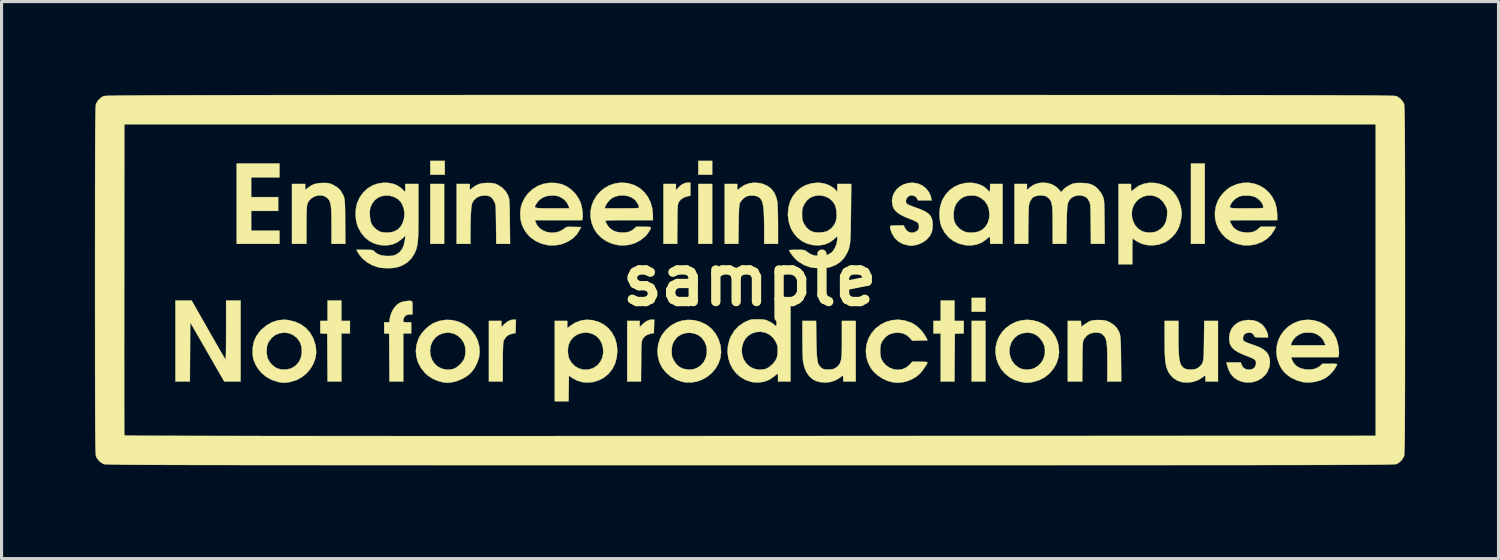
<source format=kicad_pcb>
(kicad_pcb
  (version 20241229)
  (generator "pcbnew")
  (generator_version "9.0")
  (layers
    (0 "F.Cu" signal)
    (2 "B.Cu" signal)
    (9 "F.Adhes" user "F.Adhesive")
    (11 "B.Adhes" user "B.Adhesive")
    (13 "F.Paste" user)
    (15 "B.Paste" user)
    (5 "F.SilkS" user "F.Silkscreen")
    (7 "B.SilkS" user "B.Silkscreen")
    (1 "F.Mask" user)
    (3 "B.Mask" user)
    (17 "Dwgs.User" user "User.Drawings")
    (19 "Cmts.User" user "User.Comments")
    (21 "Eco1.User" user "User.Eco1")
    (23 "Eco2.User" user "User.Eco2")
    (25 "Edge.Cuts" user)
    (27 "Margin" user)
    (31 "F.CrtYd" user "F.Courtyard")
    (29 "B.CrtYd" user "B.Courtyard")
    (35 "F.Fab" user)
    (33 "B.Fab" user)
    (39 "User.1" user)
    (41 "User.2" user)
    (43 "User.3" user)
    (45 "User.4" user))
  (footprint "sample"
    (layer "F.Cu")
    (at 21.045 5.952)
    (property "Reference" "sample" (at 0 0 0) (layer "F.SilkS") (effects (font (size 1.524 1.524) (thickness 0.3))))
    (attr through_hole)
    (fp_poly (pts (xy -9.821 -1.164) (xy -10.266 -1.164) (xy -10.266 -3.09) (xy -9.821 -3.09) (xy -9.821 -1.164)) (stroke (width 0.01) (type solid)) (fill yes) (layer "F.SilkS"))
    (fp_poly (pts (xy -9.8 -3.387) (xy -10.266 -3.387) (xy -10.266 -3.831) (xy -9.8 -3.831) (xy -9.8 -3.387)) (stroke (width 0.01) (type solid)) (fill yes) (layer "F.SilkS"))
    (fp_poly (pts (xy -1.206 -3.387) (xy -1.651 -3.387) (xy -1.651 -3.831) (xy -1.206 -3.831) (xy -1.206 -3.387)) (stroke (width 0.01) (type solid)) (fill yes) (layer "F.SilkS"))
    (fp_poly (pts (xy -1.206 -1.164) (xy -1.651 -1.164) (xy -1.651 -3.09) (xy -1.206 -3.09) (xy -1.206 -1.164)) (stroke (width 0.01) (type solid)) (fill yes) (layer "F.SilkS"))
    (fp_poly (pts (xy 7.578 1.016) (xy 7.133 1.016) (xy 7.133 0.572) (xy 7.578 0.572) (xy 7.578 1.016)) (stroke (width 0.01) (type solid)) (fill yes) (layer "F.SilkS"))
    (fp_poly (pts (xy 7.578 3.26) (xy 7.133 3.26) (xy 7.133 1.312) (xy 7.578 1.312) (xy 7.578 3.26)) (stroke (width 0.01) (type solid)) (fill yes) (layer "F.SilkS"))
    (fp_poly (pts (xy 14.626 -1.164) (xy 14.182 -1.164) (xy 14.182 -3.747) (xy 14.626 -3.747) (xy 14.626 -1.164)) (stroke (width 0.01) (type solid)) (fill yes) (layer "F.SilkS"))
    (fp_poly (pts (xy -15.113 -3.302) (xy -16.023 -3.302) (xy -16.023 -2.667) (xy -15.155 -2.667) (xy -15.155 -2.223) (xy -16.023 -2.223) (xy -16.023 -1.587) (xy -15.113 -1.587) (xy -15.113 -1.164) (xy -16.489 -1.164) (xy -16.489 -3.747) (xy -15.113 -3.747) (xy -15.113 -3.302)) (stroke (width 0.01) (type solid)) (fill yes) (layer "F.SilkS"))
    (fp_poly (pts (xy 6.583 1.312) (xy 6.879 1.312) (xy 6.879 1.713) (xy 6.736 1.719) (xy 6.593 1.725) (xy 6.582 3.26) (xy 6.138 3.26) (xy 6.138 1.714) (xy 5.905 1.714) (xy 5.905 1.312) (xy 6.138 1.312) (xy 6.138 0.656) (xy 6.583 0.656) (xy 6.583 1.312)) (stroke (width 0.01) (type solid)) (fill yes) (layer "F.SilkS"))
    (fp_poly (pts (xy -13.123 1.312) (xy -12.848 1.312) (xy -12.848 1.714) (xy -13.123 1.714) (xy -13.123 3.26) (xy -13.567 3.26) (xy -13.573 2.492) (xy -13.578 1.725) (xy -13.69 1.719) (xy -13.801 1.712) (xy -13.801 1.312) (xy -13.568 1.312) (xy -13.568 0.656) (xy -13.123 0.656) (xy -13.123 1.312)) (stroke (width 0.01) (type solid)) (fill yes) (layer "F.SilkS"))
    (fp_poly (pts (xy -7.525 1.703) (xy -7.617 1.719) (xy -7.737 1.756) (xy -7.828 1.823) (xy -7.895 1.923) (xy -7.909 1.957) (xy -7.918 2.001) (xy -7.925 2.082) (xy -7.93 2.204) (xy -7.934 2.365) (xy -7.936 2.567) (xy -7.936 2.641) (xy -7.938 3.26) (xy -8.382 3.26) (xy -8.382 1.312) (xy -7.98 1.312) (xy -7.98 1.512) (xy -7.882 1.412) (xy -7.778 1.327) (xy -7.669 1.281) (xy -7.572 1.27) (xy -7.513 1.27) (xy -7.525 1.703)) (stroke (width 0.01) (type solid)) (fill yes) (layer "F.SilkS"))
    (fp_poly (pts (xy -3.08 1.703) (xy -3.171 1.718) (xy -3.291 1.756) (xy -3.385 1.821) (xy -3.443 1.9) (xy -3.454 1.926) (xy -3.463 1.958) (xy -3.47 2) (xy -3.476 2.057) (xy -3.48 2.135) (xy -3.483 2.238) (xy -3.485 2.371) (xy -3.487 2.539) (xy -3.488 2.619) (xy -3.494 3.26) (xy -3.937 3.26) (xy -3.937 1.312) (xy -3.535 1.312) (xy -3.535 1.51) (xy -3.438 1.412) (xy -3.332 1.326) (xy -3.22 1.28) (xy -3.127 1.27) (xy -3.068 1.27) (xy -3.08 1.703)) (stroke (width 0.01) (type solid)) (fill yes) (layer "F.SilkS"))
    (fp_poly (pts (xy -1.905 -2.711) (xy -1.984 -2.697) (xy -2.11 -2.658) (xy -2.211 -2.592) (xy -2.268 -2.525) (xy -2.282 -2.501) (xy -2.293 -2.477) (xy -2.302 -2.447) (xy -2.309 -2.407) (xy -2.313 -2.352) (xy -2.317 -2.276) (xy -2.32 -2.174) (xy -2.322 -2.042) (xy -2.323 -1.875) (xy -2.324 -1.804) (xy -2.331 -1.164) (xy -2.773 -1.164) (xy -2.773 -3.09) (xy -2.371 -3.09) (xy -2.371 -2.889) (xy -2.288 -2.979) (xy -2.182 -3.071) (xy -2.067 -3.122) (xy -1.98 -3.133) (xy -1.905 -3.133) (xy -1.905 -2.711)) (stroke (width 0.01) (type solid)) (fill yes) (layer "F.SilkS"))
    (fp_poly (pts (xy -17.4 1.598) (xy -17.296 1.781) (xy -17.198 1.953) (xy -17.108 2.11) (xy -17.028 2.248) (xy -16.959 2.365) (xy -16.906 2.457) (xy -16.868 2.519) (xy -16.848 2.55) (xy -16.846 2.552) (xy -16.842 2.534) (xy -16.838 2.478) (xy -16.835 2.386) (xy -16.832 2.263) (xy -16.83 2.113) (xy -16.829 1.94) (xy -16.828 1.746) (xy -16.828 1.61) (xy -16.828 0.656) (xy -16.362 0.656) (xy -16.362 3.26) (xy -16.887 3.26) (xy -17.981 1.359) (xy -17.987 2.31) (xy -17.992 3.26) (xy -18.457 3.26) (xy -18.457 0.656) (xy -17.936 0.656) (xy -17.4 1.598)) (stroke (width 0.01) (type solid)) (fill yes) (layer "F.SilkS"))
    (fp_poly (pts (xy -10.887 0.67) (xy -10.864 0.677) (xy -10.85 0.693) (xy -10.842 0.724) (xy -10.838 0.778) (xy -10.837 0.865) (xy -10.837 0.891) (xy -10.837 1.101) (xy -10.91 1.101) (xy -11.011 1.116) (xy -11.083 1.162) (xy -11.124 1.234) (xy -11.134 1.303) (xy -11.131 1.332) (xy -11.116 1.347) (xy -11.079 1.353) (xy -11.009 1.355) (xy -11.007 1.355) (xy -10.88 1.355) (xy -10.88 1.714) (xy -11.134 1.714) (xy -11.134 3.26) (xy -11.578 3.26) (xy -11.589 1.725) (xy -11.668 1.719) (xy -11.748 1.712) (xy -11.748 1.355) (xy -11.583 1.355) (xy -11.569 1.241) (xy -11.537 1.106) (xy -11.481 0.977) (xy -11.405 0.863) (xy -11.317 0.773) (xy -11.221 0.717) (xy -11.151 0.696) (xy -11.065 0.679) (xy -10.98 0.668) (xy -10.911 0.666) (xy -10.887 0.67)) (stroke (width 0.01) (type solid)) (fill yes) (layer "F.SilkS"))
    (fp_poly (pts (xy 0.324 -3.116) (xy 0.418 -3.093) (xy 0.572 -3.027) (xy 0.698 -2.929) (xy 0.794 -2.801) (xy 0.86 -2.643) (xy 0.888 -2.519) (xy 0.894 -2.461) (xy 0.899 -2.369) (xy 0.903 -2.248) (xy 0.907 -2.105) (xy 0.909 -1.949) (xy 0.91 -1.785) (xy 0.91 -1.773) (xy 0.91 -1.164) (xy 0.466 -1.164) (xy 0.465 -1.667) (xy 0.463 -1.895) (xy 0.458 -2.085) (xy 0.45 -2.24) (xy 0.436 -2.366) (xy 0.417 -2.465) (xy 0.392 -2.541) (xy 0.36 -2.6) (xy 0.32 -2.644) (xy 0.275 -2.676) (xy 0.197 -2.704) (xy 0.097 -2.717) (xy -0.006 -2.713) (xy -0.094 -2.693) (xy -0.116 -2.683) (xy -0.204 -2.621) (xy -0.279 -2.537) (xy -0.321 -2.466) (xy -0.33 -2.428) (xy -0.337 -2.361) (xy -0.344 -2.261) (xy -0.349 -2.125) (xy -0.353 -1.952) (xy -0.355 -1.783) (xy -0.363 -1.164) (xy -0.804 -1.164) (xy -0.804 -3.09) (xy -0.402 -3.09) (xy -0.402 -2.995) (xy -0.4 -2.938) (xy -0.393 -2.904) (xy -0.389 -2.9) (xy -0.367 -2.913) (xy -0.325 -2.945) (xy -0.3 -2.966) (xy -0.169 -3.055) (xy -0.016 -3.11) (xy 0.151 -3.131) (xy 0.324 -3.116)) (stroke (width 0.01) (type solid)) (fill yes) (layer "F.SilkS"))
    (fp_poly (pts (xy -13.617 -3.121) (xy -13.545 -3.115) (xy -13.487 -3.102) (xy -13.426 -3.078) (xy -13.373 -3.053) (xy -13.244 -2.973) (xy -13.146 -2.873) (xy -13.07 -2.744) (xy -13.052 -2.703) (xy -13.04 -2.671) (xy -13.03 -2.638) (xy -13.022 -2.599) (xy -13.016 -2.548) (xy -13.012 -2.482) (xy -13.008 -2.395) (xy -13.005 -2.283) (xy -13.003 -2.139) (xy -13.001 -1.961) (xy -13.001 -1.879) (xy -12.994 -1.164) (xy -13.441 -1.164) (xy -13.441 -1.742) (xy -13.442 -1.948) (xy -13.444 -2.117) (xy -13.45 -2.253) (xy -13.459 -2.361) (xy -13.472 -2.446) (xy -13.49 -2.511) (xy -13.514 -2.563) (xy -13.544 -2.605) (xy -13.575 -2.638) (xy -13.667 -2.697) (xy -13.773 -2.723) (xy -13.884 -2.718) (xy -13.993 -2.685) (xy -14.091 -2.626) (xy -14.169 -2.544) (xy -14.219 -2.442) (xy -14.228 -2.391) (xy -14.235 -2.305) (xy -14.241 -2.182) (xy -14.244 -2.021) (xy -14.245 -1.82) (xy -14.245 -1.76) (xy -14.245 -1.164) (xy -14.711 -1.164) (xy -14.711 -3.09) (xy -14.287 -3.09) (xy -14.287 -2.896) (xy -14.205 -2.962) (xy -14.096 -3.038) (xy -13.992 -3.086) (xy -13.876 -3.113) (xy -13.736 -3.122) (xy -13.716 -3.122) (xy -13.617 -3.121)) (stroke (width 0.01) (type solid)) (fill yes) (layer "F.SilkS"))
    (fp_poly (pts (xy 13.78 1.836) (xy 13.781 2.052) (xy 13.785 2.23) (xy 13.792 2.374) (xy 13.802 2.491) (xy 13.817 2.583) (xy 13.835 2.656) (xy 13.859 2.715) (xy 13.868 2.733) (xy 13.926 2.808) (xy 14.002 2.854) (xy 14.104 2.875) (xy 14.204 2.875) (xy 14.29 2.867) (xy 14.35 2.852) (xy 14.401 2.824) (xy 14.429 2.803) (xy 14.473 2.766) (xy 14.509 2.731) (xy 14.536 2.693) (xy 14.558 2.646) (xy 14.573 2.586) (xy 14.584 2.507) (xy 14.591 2.405) (xy 14.596 2.275) (xy 14.599 2.112) (xy 14.601 1.942) (xy 14.608 1.312) (xy 15.05 1.312) (xy 15.05 3.26) (xy 14.647 3.26) (xy 14.647 3.164) (xy 14.645 3.108) (xy 14.639 3.074) (xy 14.636 3.069) (xy 14.613 3.081) (xy 14.571 3.112) (xy 14.546 3.132) (xy 14.406 3.217) (xy 14.245 3.272) (xy 14.073 3.294) (xy 13.905 3.282) (xy 13.749 3.233) (xy 13.615 3.149) (xy 13.506 3.031) (xy 13.448 2.935) (xy 13.418 2.868) (xy 13.393 2.795) (xy 13.374 2.711) (xy 13.359 2.611) (xy 13.349 2.49) (xy 13.341 2.343) (xy 13.337 2.164) (xy 13.336 1.949) (xy 13.336 1.91) (xy 13.335 1.312) (xy 13.78 1.312) (xy 13.78 1.836)) (stroke (width 0.01) (type solid)) (fill yes) (layer "F.SilkS"))
    (fp_poly (pts (xy 2.143 1.921) (xy 2.147 2.124) (xy 2.152 2.29) (xy 2.159 2.423) (xy 2.169 2.529) (xy 2.182 2.611) (xy 2.199 2.674) (xy 2.221 2.724) (xy 2.249 2.765) (xy 2.284 2.803) (xy 2.286 2.804) (xy 2.33 2.84) (xy 2.378 2.861) (xy 2.446 2.872) (xy 2.485 2.875) (xy 2.613 2.873) (xy 2.714 2.849) (xy 2.798 2.797) (xy 2.843 2.753) (xy 2.876 2.713) (xy 2.902 2.67) (xy 2.922 2.618) (xy 2.938 2.554) (xy 2.949 2.471) (xy 2.956 2.365) (xy 2.961 2.23) (xy 2.963 2.063) (xy 2.963 1.883) (xy 2.963 1.312) (xy 3.408 1.312) (xy 3.408 3.26) (xy 3.006 3.26) (xy 3.006 3.164) (xy 3.003 3.108) (xy 2.997 3.074) (xy 2.994 3.069) (xy 2.972 3.081) (xy 2.929 3.112) (xy 2.904 3.132) (xy 2.762 3.219) (xy 2.6 3.274) (xy 2.429 3.294) (xy 2.256 3.277) (xy 2.244 3.274) (xy 2.126 3.239) (xy 2.033 3.192) (xy 1.95 3.124) (xy 1.912 3.085) (xy 1.826 2.963) (xy 1.76 2.808) (xy 1.717 2.625) (xy 1.715 2.607) (xy 1.709 2.548) (xy 1.704 2.453) (xy 1.7 2.331) (xy 1.697 2.189) (xy 1.694 2.034) (xy 1.694 1.889) (xy 1.693 1.312) (xy 2.133 1.312) (xy 2.143 1.921)) (stroke (width 0.01) (type solid)) (fill yes) (layer "F.SilkS"))
    (fp_poly (pts (xy -8.321 -3.12) (xy -8.246 -3.113) (xy -8.183 -3.098) (xy -8.12 -3.073) (xy -8.104 -3.066) (xy -7.965 -2.979) (xy -7.851 -2.864) (xy -7.77 -2.727) (xy -7.764 -2.713) (xy -7.751 -2.679) (xy -7.741 -2.645) (xy -7.732 -2.607) (xy -7.726 -2.559) (xy -7.721 -2.496) (xy -7.717 -2.415) (xy -7.714 -2.308) (xy -7.712 -2.173) (xy -7.71 -2.003) (xy -7.709 -1.879) (xy -7.702 -1.164) (xy -8.146 -1.164) (xy -8.153 -1.794) (xy -8.155 -1.974) (xy -8.157 -2.117) (xy -8.159 -2.227) (xy -8.163 -2.312) (xy -8.167 -2.375) (xy -8.174 -2.421) (xy -8.182 -2.457) (xy -8.193 -2.488) (xy -8.207 -2.517) (xy -8.213 -2.528) (xy -8.27 -2.622) (xy -8.333 -2.68) (xy -8.414 -2.71) (xy -8.514 -2.718) (xy -8.651 -2.704) (xy -8.762 -2.657) (xy -8.854 -2.576) (xy -8.877 -2.546) (xy -8.904 -2.502) (xy -8.924 -2.458) (xy -8.937 -2.402) (xy -8.947 -2.324) (xy -8.955 -2.23) (xy -8.961 -2.133) (xy -8.966 -2.005) (xy -8.97 -1.859) (xy -8.973 -1.706) (xy -8.974 -1.582) (xy -8.975 -1.164) (xy -9.419 -1.164) (xy -9.419 -3.09) (xy -8.996 -3.09) (xy -8.996 -2.896) (xy -8.913 -2.962) (xy -8.805 -3.038) (xy -8.7 -3.087) (xy -8.584 -3.113) (xy -8.444 -3.122) (xy -8.424 -3.122) (xy -8.321 -3.12)) (stroke (width 0.01) (type solid)) (fill yes) (layer "F.SilkS"))
    (fp_poly (pts (xy -5.057 1.287) (xy -4.862 1.34) (xy -4.69 1.428) (xy -4.542 1.547) (xy -4.422 1.693) (xy -4.332 1.863) (xy -4.275 2.054) (xy -4.255 2.262) (xy -4.255 2.274) (xy -4.274 2.492) (xy -4.329 2.69) (xy -4.421 2.868) (xy -4.544 3.019) (xy -4.689 3.137) (xy -4.853 3.223) (xy -5.028 3.276) (xy -5.208 3.294) (xy -5.387 3.278) (xy -5.557 3.226) (xy -5.707 3.142) (xy -5.81 3.069) (xy -5.816 3.482) (xy -5.822 3.895) (xy -6.265 3.895) (xy -6.265 2.31) (xy -5.845 2.31) (xy -5.829 2.44) (xy -5.8 2.533) (xy -5.722 2.663) (xy -5.617 2.766) (xy -5.492 2.837) (xy -5.355 2.876) (xy -5.211 2.879) (xy -5.067 2.844) (xy -5.015 2.82) (xy -4.893 2.736) (xy -4.8 2.626) (xy -4.738 2.494) (xy -4.708 2.349) (xy -4.712 2.195) (xy -4.753 2.04) (xy -4.764 2.013) (xy -4.837 1.89) (xy -4.934 1.796) (xy -5.049 1.731) (xy -5.175 1.695) (xy -5.307 1.689) (xy -5.437 1.71) (xy -5.559 1.76) (xy -5.668 1.837) (xy -5.756 1.943) (xy -5.812 2.057) (xy -5.839 2.176) (xy -5.845 2.31) (xy -6.265 2.31) (xy -6.265 1.312) (xy -5.863 1.312) (xy -5.863 1.548) (xy -5.773 1.475) (xy -5.609 1.368) (xy -5.432 1.301) (xy -5.244 1.274) (xy -5.057 1.287)) (stroke (width 0.01) (type solid)) (fill yes) (layer "F.SilkS"))
    (fp_poly (pts (xy 11.356 1.289) (xy 11.445 1.303) (xy 11.463 1.308) (xy 11.576 1.356) (xy 11.685 1.428) (xy 11.775 1.512) (xy 11.8 1.544) (xy 11.832 1.592) (xy 11.858 1.636) (xy 11.879 1.682) (xy 11.896 1.734) (xy 11.908 1.797) (xy 11.917 1.876) (xy 11.923 1.976) (xy 11.928 2.101) (xy 11.931 2.257) (xy 11.933 2.449) (xy 11.934 2.535) (xy 11.941 3.26) (xy 11.493 3.26) (xy 11.493 2.671) (xy 11.493 2.464) (xy 11.49 2.294) (xy 11.485 2.157) (xy 11.476 2.049) (xy 11.463 1.963) (xy 11.446 1.897) (xy 11.423 1.845) (xy 11.393 1.802) (xy 11.357 1.763) (xy 11.356 1.762) (xy 11.305 1.722) (xy 11.25 1.699) (xy 11.18 1.689) (xy 11.082 1.69) (xy 11.049 1.692) (xy 10.939 1.719) (xy 10.839 1.781) (xy 10.761 1.87) (xy 10.753 1.884) (xy 10.738 1.912) (xy 10.726 1.938) (xy 10.717 1.969) (xy 10.71 2.009) (xy 10.705 2.063) (xy 10.701 2.136) (xy 10.698 2.234) (xy 10.696 2.361) (xy 10.694 2.523) (xy 10.693 2.619) (xy 10.687 3.26) (xy 10.223 3.26) (xy 10.223 1.312) (xy 10.645 1.312) (xy 10.651 1.408) (xy 10.657 1.504) (xy 10.768 1.42) (xy 10.841 1.371) (xy 10.914 1.329) (xy 10.959 1.309) (xy 11.034 1.293) (xy 11.135 1.284) (xy 11.247 1.283) (xy 11.356 1.289)) (stroke (width 0.01) (type solid)) (fill yes) (layer "F.SilkS"))
    (fp_poly (pts (xy -1.795 1.287) (xy -1.601 1.335) (xy -1.413 1.422) (xy -1.36 1.455) (xy -1.216 1.574) (xy -1.095 1.724) (xy -1.002 1.898) (xy -0.941 2.089) (xy -0.931 2.143) (xy -0.919 2.331) (xy -0.945 2.513) (xy -1.006 2.684) (xy -1.097 2.842) (xy -1.215 2.981) (xy -1.355 3.1) (xy -1.513 3.193) (xy -1.686 3.258) (xy -1.869 3.29) (xy -2.059 3.287) (xy -2.158 3.27) (xy -2.353 3.206) (xy -2.532 3.105) (xy -2.688 2.974) (xy -2.814 2.816) (xy -2.815 2.815) (xy -2.9 2.646) (xy -2.949 2.461) (xy -2.963 2.277) (xy -2.508 2.277) (xy -2.506 2.371) (xy -2.497 2.44) (xy -2.477 2.502) (xy -2.445 2.571) (xy -2.359 2.701) (xy -2.252 2.795) (xy -2.122 2.853) (xy -1.968 2.877) (xy -1.937 2.878) (xy -1.811 2.866) (xy -1.703 2.828) (xy -1.581 2.75) (xy -1.486 2.645) (xy -1.42 2.521) (xy -1.383 2.385) (xy -1.376 2.242) (xy -1.4 2.101) (xy -1.456 1.968) (xy -1.546 1.851) (xy -1.559 1.837) (xy -1.67 1.758) (xy -1.799 1.71) (xy -1.937 1.693) (xy -2.074 1.705) (xy -2.203 1.748) (xy -2.314 1.82) (xy -2.36 1.867) (xy -2.436 1.97) (xy -2.482 2.07) (xy -2.504 2.183) (xy -2.508 2.277) (xy -2.963 2.277) (xy -2.964 2.269) (xy -2.943 2.078) (xy -2.888 1.896) (xy -2.817 1.759) (xy -2.688 1.596) (xy -2.536 1.464) (xy -2.366 1.367) (xy -2.183 1.304) (xy -1.991 1.278) (xy -1.795 1.287)) (stroke (width 0.01) (type solid)) (fill yes) (layer "F.SilkS"))
    (fp_poly (pts (xy 9.1 1.292) (xy 9.275 1.339) (xy 9.44 1.416) (xy 9.589 1.521) (xy 9.718 1.653) (xy 9.822 1.811) (xy 9.898 1.992) (xy 9.931 2.133) (xy 9.943 2.325) (xy 9.916 2.513) (xy 9.854 2.69) (xy 9.759 2.854) (xy 9.636 2.998) (xy 9.488 3.119) (xy 9.317 3.211) (xy 9.129 3.27) (xy 9.081 3.279) (xy 8.981 3.294) (xy 8.903 3.299) (xy 8.831 3.294) (xy 8.743 3.278) (xy 8.708 3.271) (xy 8.515 3.209) (xy 8.346 3.118) (xy 8.201 3) (xy 8.083 2.861) (xy 7.993 2.705) (xy 7.932 2.537) (xy 7.901 2.361) (xy 7.901 2.324) (xy 8.347 2.324) (xy 8.375 2.469) (xy 8.435 2.603) (xy 8.525 2.718) (xy 8.642 2.809) (xy 8.729 2.851) (xy 8.838 2.874) (xy 8.963 2.875) (xy 9.086 2.853) (xy 9.155 2.828) (xy 9.281 2.747) (xy 9.379 2.64) (xy 9.447 2.515) (xy 9.484 2.378) (xy 9.49 2.236) (xy 9.462 2.095) (xy 9.401 1.963) (xy 9.305 1.846) (xy 9.299 1.84) (xy 9.196 1.759) (xy 9.093 1.712) (xy 8.974 1.691) (xy 8.918 1.689) (xy 8.764 1.708) (xy 8.627 1.764) (xy 8.512 1.855) (xy 8.422 1.979) (xy 8.4 2.025) (xy 8.355 2.174) (xy 8.347 2.324) (xy 7.901 2.324) (xy 7.902 2.182) (xy 7.936 2.005) (xy 8.004 1.834) (xy 8.108 1.673) (xy 8.216 1.556) (xy 8.379 1.431) (xy 8.553 1.344) (xy 8.734 1.293) (xy 8.918 1.276) (xy 9.1 1.292)) (stroke (width 0.01) (type solid)) (fill yes) (layer "F.SilkS"))
    (fp_poly (pts (xy 4.974 1.297) (xy 5.17 1.361) (xy 5.254 1.401) (xy 5.369 1.479) (xy 5.483 1.584) (xy 5.585 1.703) (xy 5.66 1.824) (xy 5.716 1.937) (xy 5.47 1.943) (xy 5.224 1.949) (xy 5.142 1.855) (xy 5.037 1.764) (xy 4.915 1.709) (xy 4.771 1.69) (xy 4.764 1.689) (xy 4.604 1.704) (xy 4.468 1.754) (xy 4.355 1.84) (xy 4.262 1.961) (xy 4.261 1.963) (xy 4.23 2.023) (xy 4.211 2.084) (xy 4.2 2.162) (xy 4.195 2.243) (xy 4.198 2.396) (xy 4.226 2.521) (xy 4.283 2.629) (xy 4.372 2.728) (xy 4.382 2.738) (xy 4.503 2.821) (xy 4.636 2.869) (xy 4.773 2.883) (xy 4.909 2.862) (xy 5.033 2.807) (xy 5.141 2.719) (xy 5.151 2.707) (xy 5.222 2.625) (xy 5.468 2.625) (xy 5.565 2.626) (xy 5.644 2.63) (xy 5.696 2.635) (xy 5.715 2.642) (xy 5.703 2.677) (xy 5.67 2.736) (xy 5.623 2.809) (xy 5.569 2.885) (xy 5.514 2.957) (xy 5.465 3.012) (xy 5.351 3.107) (xy 5.209 3.189) (xy 5.057 3.25) (xy 4.932 3.28) (xy 4.835 3.294) (xy 4.759 3.298) (xy 4.683 3.294) (xy 4.589 3.281) (xy 4.573 3.278) (xy 4.416 3.234) (xy 4.256 3.157) (xy 4.106 3.056) (xy 3.977 2.936) (xy 3.89 2.824) (xy 3.799 2.642) (xy 3.747 2.452) (xy 3.733 2.258) (xy 3.756 2.065) (xy 3.816 1.881) (xy 3.912 1.71) (xy 4.041 1.559) (xy 4.204 1.432) (xy 4.384 1.341) (xy 4.575 1.288) (xy 4.773 1.273) (xy 4.974 1.297)) (stroke (width 0.01) (type solid)) (fill yes) (layer "F.SilkS"))
    (fp_poly (pts (xy -14.824 1.285) (xy -14.61 1.338) (xy -14.422 1.424) (xy -14.262 1.541) (xy -14.131 1.689) (xy -14.03 1.865) (xy -13.961 2.068) (xy -13.943 2.157) (xy -13.933 2.34) (xy -13.961 2.52) (xy -14.025 2.693) (xy -14.119 2.852) (xy -14.241 2.995) (xy -14.387 3.115) (xy -14.553 3.207) (xy -14.736 3.268) (xy -14.796 3.279) (xy -14.895 3.294) (xy -14.972 3.299) (xy -15.045 3.294) (xy -15.133 3.278) (xy -15.169 3.27) (xy -15.364 3.207) (xy -15.542 3.107) (xy -15.697 2.976) (xy -15.824 2.816) (xy -15.888 2.702) (xy -15.931 2.602) (xy -15.957 2.516) (xy -15.971 2.421) (xy -15.975 2.365) (xy -15.973 2.235) (xy -15.526 2.235) (xy -15.523 2.361) (xy -15.503 2.479) (xy -15.48 2.543) (xy -15.418 2.645) (xy -15.333 2.738) (xy -15.237 2.811) (xy -15.17 2.844) (xy -15.037 2.873) (xy -14.896 2.874) (xy -14.764 2.846) (xy -14.721 2.829) (xy -14.591 2.747) (xy -14.493 2.637) (xy -14.427 2.503) (xy -14.396 2.346) (xy -14.394 2.286) (xy -14.409 2.127) (xy -14.457 1.992) (xy -14.539 1.877) (xy -14.58 1.837) (xy -14.692 1.754) (xy -14.809 1.707) (xy -14.945 1.69) (xy -14.96 1.69) (xy -15.113 1.708) (xy -15.248 1.764) (xy -15.365 1.858) (xy -15.461 1.988) (xy -15.478 2.019) (xy -15.511 2.115) (xy -15.526 2.235) (xy -15.973 2.235) (xy -15.972 2.16) (xy -15.935 1.977) (xy -15.862 1.81) (xy -15.75 1.654) (xy -15.686 1.586) (xy -15.525 1.451) (xy -15.348 1.353) (xy -15.161 1.293) (xy -14.968 1.273) (xy -14.824 1.285)) (stroke (width 0.01) (type solid)) (fill yes) (layer "F.SilkS"))
    (fp_poly (pts (xy -9.582 1.284) (xy -9.4 1.323) (xy -9.229 1.394) (xy -9.074 1.493) (xy -8.939 1.618) (xy -8.827 1.767) (xy -8.744 1.936) (xy -8.693 2.124) (xy -8.678 2.299) (xy -8.697 2.47) (xy -8.751 2.644) (xy -8.833 2.81) (xy -8.94 2.956) (xy -9.019 3.034) (xy -9.135 3.117) (xy -9.274 3.191) (xy -9.42 3.249) (xy -9.546 3.28) (xy -9.633 3.293) (xy -9.699 3.298) (xy -9.76 3.296) (xy -9.837 3.286) (xy -9.885 3.278) (xy -10.032 3.238) (xy -10.184 3.171) (xy -10.324 3.083) (xy -10.421 3.001) (xy -10.555 2.839) (xy -10.652 2.663) (xy -10.71 2.475) (xy -10.73 2.282) (xy -10.729 2.275) (xy -10.274 2.275) (xy -10.255 2.434) (xy -10.203 2.575) (xy -10.122 2.693) (xy -10.015 2.785) (xy -9.89 2.848) (xy -9.749 2.878) (xy -9.598 2.872) (xy -9.52 2.854) (xy -9.434 2.812) (xy -9.344 2.743) (xy -9.26 2.658) (xy -9.196 2.567) (xy -9.185 2.546) (xy -9.146 2.425) (xy -9.133 2.287) (xy -9.145 2.15) (xy -9.182 2.029) (xy -9.185 2.024) (xy -9.272 1.888) (xy -9.383 1.786) (xy -9.514 1.719) (xy -9.664 1.689) (xy -9.705 1.688) (xy -9.856 1.708) (xy -9.99 1.763) (xy -10.103 1.85) (xy -10.191 1.964) (xy -10.249 2.1) (xy -10.273 2.255) (xy -10.274 2.275) (xy -10.729 2.275) (xy -10.709 2.087) (xy -10.649 1.894) (xy -10.609 1.811) (xy -10.534 1.699) (xy -10.432 1.585) (xy -10.315 1.481) (xy -10.195 1.4) (xy -10.155 1.378) (xy -9.964 1.309) (xy -9.771 1.278) (xy -9.582 1.284)) (stroke (width 0.01) (type solid)) (fill yes) (layer "F.SilkS"))
    (fp_poly (pts (xy 13.016 -3.123) (xy 13.19 -3.089) (xy 13.357 -3.024) (xy 13.509 -2.929) (xy 13.598 -2.849) (xy 13.707 -2.711) (xy 13.793 -2.546) (xy 13.853 -2.367) (xy 13.883 -2.185) (xy 13.885 -2.127) (xy 13.874 -2.009) (xy 13.847 -1.873) (xy 13.807 -1.738) (xy 13.765 -1.637) (xy 13.685 -1.507) (xy 13.576 -1.384) (xy 13.45 -1.278) (xy 13.331 -1.206) (xy 13.153 -1.144) (xy 12.968 -1.117) (xy 12.784 -1.124) (xy 12.609 -1.165) (xy 12.45 -1.24) (xy 12.39 -1.281) (xy 12.345 -1.314) (xy 12.314 -1.332) (xy 12.31 -1.333) (xy 12.306 -1.313) (xy 12.303 -1.257) (xy 12.3 -1.172) (xy 12.299 -1.063) (xy 12.298 -0.938) (xy 12.298 -0.921) (xy 12.298 -0.508) (xy 11.853 -0.508) (xy 11.853 -2.14) (xy 12.279 -2.14) (xy 12.291 -1.999) (xy 12.333 -1.865) (xy 12.401 -1.744) (xy 12.495 -1.644) (xy 12.613 -1.571) (xy 12.646 -1.558) (xy 12.764 -1.532) (xy 12.893 -1.528) (xy 13.015 -1.545) (xy 13.081 -1.568) (xy 13.212 -1.646) (xy 13.31 -1.747) (xy 13.375 -1.873) (xy 13.41 -2.027) (xy 13.415 -2.091) (xy 13.419 -2.181) (xy 13.416 -2.245) (xy 13.403 -2.3) (xy 13.377 -2.362) (xy 13.357 -2.404) (xy 13.273 -2.532) (xy 13.166 -2.628) (xy 13.043 -2.692) (xy 12.909 -2.722) (xy 12.771 -2.718) (xy 12.635 -2.679) (xy 12.508 -2.604) (xy 12.428 -2.53) (xy 12.345 -2.412) (xy 12.296 -2.28) (xy 12.279 -2.14) (xy 11.853 -2.14) (xy 11.853 -3.09) (xy 12.255 -3.09) (xy 12.255 -2.974) (xy 12.258 -2.91) (xy 12.263 -2.868) (xy 12.268 -2.857) (xy 12.29 -2.87) (xy 12.332 -2.904) (xy 12.376 -2.941) (xy 12.514 -3.036) (xy 12.671 -3.097) (xy 12.841 -3.126) (xy 13.016 -3.123)) (stroke (width 0.01) (type solid)) (fill yes) (layer "F.SilkS"))
    (fp_poly (pts (xy 7.287 -3.103) (xy 7.424 -3.057) (xy 7.543 -2.993) (xy 7.631 -2.915) (xy 7.636 -2.909) (xy 7.675 -2.865) (xy 7.704 -2.839) (xy 7.71 -2.836) (xy 7.718 -2.856) (xy 7.724 -2.906) (xy 7.726 -2.963) (xy 7.726 -3.09) (xy 8.128 -3.09) (xy 8.128 -1.164) (xy 7.726 -1.164) (xy 7.726 -1.281) (xy 7.724 -1.344) (xy 7.718 -1.387) (xy 7.713 -1.397) (xy 7.692 -1.384) (xy 7.649 -1.35) (xy 7.596 -1.303) (xy 7.458 -1.207) (xy 7.298 -1.143) (xy 7.122 -1.114) (xy 6.937 -1.121) (xy 6.93 -1.122) (xy 6.729 -1.171) (xy 6.55 -1.255) (xy 6.396 -1.373) (xy 6.269 -1.522) (xy 6.171 -1.701) (xy 6.157 -1.736) (xy 6.121 -1.866) (xy 6.102 -2.019) (xy 6.101 -2.117) (xy 6.553 -2.117) (xy 6.556 -2.025) (xy 6.566 -1.939) (xy 6.58 -1.876) (xy 6.64 -1.764) (xy 6.731 -1.664) (xy 6.844 -1.585) (xy 6.943 -1.544) (xy 7.027 -1.529) (xy 7.133 -1.527) (xy 7.244 -1.535) (xy 7.34 -1.554) (xy 7.356 -1.559) (xy 7.48 -1.623) (xy 7.58 -1.718) (xy 7.652 -1.84) (xy 7.695 -1.985) (xy 7.705 -2.105) (xy 7.687 -2.275) (xy 7.637 -2.421) (xy 7.553 -2.541) (xy 7.436 -2.635) (xy 7.398 -2.656) (xy 7.321 -2.692) (xy 7.252 -2.711) (xy 7.171 -2.717) (xy 7.125 -2.718) (xy 6.993 -2.708) (xy 6.886 -2.676) (xy 6.789 -2.618) (xy 6.736 -2.574) (xy 6.641 -2.461) (xy 6.581 -2.324) (xy 6.554 -2.162) (xy 6.553 -2.117) (xy 6.101 -2.117) (xy 6.1 -2.181) (xy 6.116 -2.333) (xy 6.127 -2.389) (xy 6.194 -2.581) (xy 6.295 -2.748) (xy 6.423 -2.889) (xy 6.577 -3) (xy 6.752 -3.078) (xy 6.943 -3.121) (xy 7.141 -3.127) (xy 7.287 -3.103)) (stroke (width 0.01) (type solid)) (fill yes) (layer "F.SilkS"))
    (fp_poly (pts (xy 18.159 1.299) (xy 18.341 1.358) (xy 18.507 1.45) (xy 18.651 1.572) (xy 18.77 1.72) (xy 18.857 1.892) (xy 18.858 1.896) (xy 18.89 1.999) (xy 18.915 2.114) (xy 18.933 2.23) (xy 18.94 2.332) (xy 18.935 2.402) (xy 18.921 2.477) (xy 17.403 2.477) (xy 17.425 2.55) (xy 17.483 2.667) (xy 17.573 2.761) (xy 17.692 2.829) (xy 17.837 2.867) (xy 17.902 2.874) (xy 18.055 2.873) (xy 18.182 2.846) (xy 18.289 2.79) (xy 18.328 2.76) (xy 18.411 2.688) (xy 18.646 2.688) (xy 18.74 2.689) (xy 18.816 2.692) (xy 18.866 2.696) (xy 18.881 2.7) (xy 18.872 2.724) (xy 18.85 2.771) (xy 18.836 2.798) (xy 18.777 2.889) (xy 18.695 2.987) (xy 18.603 3.076) (xy 18.514 3.142) (xy 18.509 3.145) (xy 18.344 3.221) (xy 18.162 3.271) (xy 17.975 3.292) (xy 17.798 3.282) (xy 17.787 3.28) (xy 17.582 3.223) (xy 17.393 3.131) (xy 17.317 3.079) (xy 17.21 2.989) (xy 17.128 2.897) (xy 17.059 2.787) (xy 17.018 2.704) (xy 16.952 2.516) (xy 16.926 2.325) (xy 16.936 2.138) (xy 16.946 2.095) (xy 17.394 2.095) (xy 18.503 2.095) (xy 18.489 2.048) (xy 18.431 1.922) (xy 18.34 1.817) (xy 18.241 1.749) (xy 18.171 1.717) (xy 18.108 1.698) (xy 18.036 1.69) (xy 17.949 1.688) (xy 17.854 1.69) (xy 17.784 1.699) (xy 17.723 1.719) (xy 17.66 1.749) (xy 17.556 1.819) (xy 17.473 1.908) (xy 17.419 2.004) (xy 17.408 2.037) (xy 17.394 2.095) (xy 16.946 2.095) (xy 16.981 1.957) (xy 17.058 1.788) (xy 17.164 1.635) (xy 17.298 1.503) (xy 17.456 1.397) (xy 17.637 1.321) (xy 17.767 1.29) (xy 17.966 1.275) (xy 18.159 1.299)) (stroke (width 0.01) (type solid)) (fill yes) (layer "F.SilkS"))
    (fp_poly (pts (xy -6.226 -3.12) (xy -6.04 -3.081) (xy -5.886 -3.014) (xy -5.74 -2.912) (xy -5.61 -2.785) (xy -5.505 -2.638) (xy -5.44 -2.505) (xy -5.409 -2.401) (xy -5.385 -2.282) (xy -5.369 -2.162) (xy -5.365 -2.057) (xy -5.369 -2.003) (xy -5.382 -1.926) (xy -6.903 -1.926) (xy -6.889 -1.879) (xy -6.832 -1.759) (xy -6.745 -1.662) (xy -6.635 -1.589) (xy -6.509 -1.542) (xy -6.373 -1.522) (xy -6.235 -1.531) (xy -6.101 -1.57) (xy -5.977 -1.641) (xy -5.955 -1.659) (xy -5.923 -1.684) (xy -5.893 -1.7) (xy -5.855 -1.709) (xy -5.799 -1.712) (xy -5.716 -1.711) (xy -5.653 -1.71) (xy -5.419 -1.704) (xy -5.463 -1.615) (xy -5.56 -1.464) (xy -5.689 -1.337) (xy -5.844 -1.236) (xy -6.018 -1.163) (xy -6.208 -1.122) (xy -6.406 -1.115) (xy -6.488 -1.123) (xy -6.685 -1.169) (xy -6.872 -1.252) (xy -7.038 -1.369) (xy -7.091 -1.418) (xy -7.189 -1.531) (xy -7.267 -1.659) (xy -7.324 -1.789) (xy -7.359 -1.921) (xy -7.374 -2.076) (xy -7.37 -2.235) (xy -7.348 -2.363) (xy -6.903 -2.363) (xy -6.896 -2.34) (xy -6.867 -2.325) (xy -6.813 -2.315) (xy -6.73 -2.31) (xy -6.614 -2.307) (xy -6.462 -2.307) (xy -6.349 -2.307) (xy -5.797 -2.307) (xy -5.811 -2.355) (xy -5.869 -2.481) (xy -5.96 -2.586) (xy -6.06 -2.655) (xy -6.135 -2.689) (xy -6.203 -2.708) (xy -6.282 -2.717) (xy -6.346 -2.718) (xy -6.51 -2.703) (xy -6.65 -2.653) (xy -6.765 -2.571) (xy -6.832 -2.49) (xy -6.867 -2.437) (xy -6.892 -2.395) (xy -6.903 -2.363) (xy -7.348 -2.363) (xy -7.345 -2.382) (xy -7.327 -2.443) (xy -7.237 -2.632) (xy -7.118 -2.793) (xy -6.973 -2.926) (xy -6.807 -3.027) (xy -6.624 -3.095) (xy -6.429 -3.126) (xy -6.226 -3.12)) (stroke (width 0.01) (type solid)) (fill yes) (layer "F.SilkS"))
    (fp_poly (pts (xy 16.196 1.295) (xy 16.334 1.34) (xy 16.454 1.417) (xy 16.486 1.446) (xy 16.544 1.515) (xy 16.597 1.602) (xy 16.637 1.691) (xy 16.657 1.768) (xy 16.658 1.783) (xy 16.658 1.841) (xy 16.446 1.841) (xy 16.349 1.841) (xy 16.286 1.838) (xy 16.249 1.831) (xy 16.229 1.818) (xy 16.217 1.798) (xy 16.215 1.793) (xy 16.174 1.728) (xy 16.109 1.695) (xy 16.043 1.688) (xy 15.953 1.704) (xy 15.89 1.752) (xy 15.857 1.826) (xy 15.854 1.866) (xy 15.858 1.92) (xy 15.88 1.954) (xy 15.929 1.984) (xy 15.933 1.986) (xy 15.991 2.011) (xy 16.073 2.043) (xy 16.166 2.076) (xy 16.192 2.084) (xy 16.369 2.151) (xy 16.506 2.225) (xy 16.607 2.31) (xy 16.675 2.409) (xy 16.712 2.524) (xy 16.722 2.637) (xy 16.702 2.793) (xy 16.647 2.935) (xy 16.561 3.058) (xy 16.448 3.159) (xy 16.315 3.234) (xy 16.165 3.28) (xy 16.004 3.293) (xy 15.854 3.274) (xy 15.695 3.219) (xy 15.565 3.135) (xy 15.462 3.019) (xy 15.386 2.871) (xy 15.336 2.704) (xy 15.324 2.646) (xy 15.782 2.646) (xy 15.808 2.719) (xy 15.858 2.806) (xy 15.932 2.859) (xy 16.033 2.878) (xy 16.046 2.879) (xy 16.147 2.864) (xy 16.218 2.818) (xy 16.261 2.742) (xy 16.27 2.696) (xy 16.272 2.637) (xy 16.257 2.59) (xy 16.218 2.55) (xy 16.151 2.511) (xy 16.049 2.468) (xy 16.02 2.457) (xy 15.839 2.385) (xy 15.695 2.316) (xy 15.586 2.247) (xy 15.506 2.174) (xy 15.453 2.094) (xy 15.422 2.003) (xy 15.41 1.896) (xy 15.41 1.861) (xy 15.429 1.706) (xy 15.484 1.569) (xy 15.571 1.456) (xy 15.687 1.368) (xy 15.828 1.31) (xy 15.992 1.283) (xy 16.034 1.282) (xy 16.196 1.295)) (stroke (width 0.01) (type solid)) (fill yes) (layer "F.SilkS"))
    (fp_poly (pts (xy 5.394 -3.106) (xy 5.414 -3.1) (xy 5.547 -3.04) (xy 5.664 -2.948) (xy 5.756 -2.832) (xy 5.818 -2.7) (xy 5.832 -2.641) (xy 5.847 -2.561) (xy 5.408 -2.561) (xy 5.38 -2.623) (xy 5.335 -2.679) (xy 5.264 -2.715) (xy 5.184 -2.723) (xy 5.156 -2.718) (xy 5.092 -2.686) (xy 5.045 -2.63) (xy 5.021 -2.565) (xy 5.023 -2.5) (xy 5.054 -2.45) (xy 5.088 -2.429) (xy 5.153 -2.4) (xy 5.238 -2.367) (xy 5.307 -2.342) (xy 5.47 -2.282) (xy 5.597 -2.227) (xy 5.693 -2.173) (xy 5.764 -2.117) (xy 5.815 -2.056) (xy 5.844 -2.003) (xy 5.872 -1.906) (xy 5.883 -1.788) (xy 5.877 -1.664) (xy 5.855 -1.551) (xy 5.851 -1.54) (xy 5.786 -1.412) (xy 5.687 -1.3) (xy 5.561 -1.21) (xy 5.415 -1.146) (xy 5.325 -1.124) (xy 5.256 -1.112) (xy 5.206 -1.105) (xy 5.187 -1.103) (xy 5.161 -1.108) (xy 5.107 -1.116) (xy 5.069 -1.122) (xy 4.911 -1.165) (xy 4.773 -1.244) (xy 4.659 -1.354) (xy 4.576 -1.491) (xy 4.552 -1.552) (xy 4.523 -1.639) (xy 4.51 -1.698) (xy 4.517 -1.733) (xy 4.551 -1.75) (xy 4.617 -1.756) (xy 4.718 -1.757) (xy 4.73 -1.757) (xy 4.952 -1.757) (xy 4.982 -1.686) (xy 5.037 -1.602) (xy 5.113 -1.546) (xy 5.201 -1.522) (xy 5.292 -1.533) (xy 5.375 -1.579) (xy 5.419 -1.625) (xy 5.437 -1.675) (xy 5.44 -1.724) (xy 5.436 -1.779) (xy 5.419 -1.822) (xy 5.384 -1.859) (xy 5.324 -1.894) (xy 5.233 -1.934) (xy 5.164 -1.96) (xy 4.989 -2.031) (xy 4.851 -2.1) (xy 4.747 -2.169) (xy 4.671 -2.242) (xy 4.619 -2.322) (xy 4.592 -2.396) (xy 4.572 -2.541) (xy 4.59 -2.679) (xy 4.642 -2.805) (xy 4.722 -2.916) (xy 4.826 -3.008) (xy 4.95 -3.076) (xy 5.089 -3.118) (xy 5.238 -3.129) (xy 5.394 -3.106)) (stroke (width 0.01) (type solid)) (fill yes) (layer "F.SilkS"))
    (fp_poly (pts (xy 1.312 3.26) (xy 0.91 3.26) (xy 0.91 3.133) (xy 0.908 3.066) (xy 0.903 3.02) (xy 0.897 3.006) (xy 0.876 3.019) (xy 0.834 3.053) (xy 0.78 3.1) (xy 0.642 3.196) (xy 0.483 3.26) (xy 0.309 3.291) (xy 0.129 3.285) (xy 0.048 3.271) (xy -0.136 3.209) (xy -0.299 3.114) (xy -0.437 2.992) (xy -0.55 2.845) (xy -0.635 2.68) (xy -0.689 2.501) (xy -0.712 2.313) (xy -0.711 2.302) (xy -0.256 2.302) (xy -0.231 2.45) (xy -0.189 2.557) (xy -0.102 2.687) (xy 0.01 2.786) (xy 0.142 2.851) (xy 0.288 2.88) (xy 0.443 2.87) (xy 0.513 2.854) (xy 0.599 2.812) (xy 0.689 2.743) (xy 0.773 2.658) (xy 0.837 2.567) (xy 0.848 2.546) (xy 0.876 2.476) (xy 0.892 2.401) (xy 0.898 2.304) (xy 0.898 2.274) (xy 0.897 2.18) (xy 0.888 2.111) (xy 0.869 2.05) (xy 0.836 1.979) (xy 0.836 1.978) (xy 0.748 1.85) (xy 0.636 1.753) (xy 0.505 1.689) (xy 0.361 1.661) (xy 0.211 1.67) (xy 0.074 1.713) (xy -0.046 1.787) (xy -0.141 1.89) (xy -0.209 2.015) (xy -0.248 2.155) (xy -0.256 2.302) (xy -0.711 2.302) (xy -0.7 2.119) (xy -0.653 1.926) (xy -0.6 1.799) (xy -0.493 1.626) (xy -0.359 1.483) (xy -0.194 1.37) (xy -0.133 1.338) (xy -0.056 1.303) (xy 0.004 1.28) (xy 0.061 1.267) (xy 0.129 1.261) (xy 0.221 1.26) (xy 0.254 1.26) (xy 0.359 1.261) (xy 0.436 1.266) (xy 0.496 1.277) (xy 0.554 1.297) (xy 0.607 1.32) (xy 0.682 1.359) (xy 0.748 1.4) (xy 0.785 1.431) (xy 0.823 1.466) (xy 0.849 1.482) (xy 0.85 1.482) (xy 0.856 1.462) (xy 0.86 1.406) (xy 0.864 1.32) (xy 0.867 1.211) (xy 0.868 1.086) (xy 0.868 1.069) (xy 0.868 0.656) (xy 1.312 0.656) (xy 1.312 3.26)) (stroke (width 0.01) (type solid)) (fill yes) (layer "F.SilkS"))
    (fp_poly (pts (xy 16.225 -3.098) (xy 16.395 -3.034) (xy 16.55 -2.94) (xy 16.685 -2.819) (xy 16.797 -2.672) (xy 16.882 -2.501) (xy 16.936 -2.311) (xy 16.954 -2.102) (xy 16.954 -1.926) (xy 16.192 -1.926) (xy 16.018 -1.926) (xy 15.857 -1.925) (xy 15.715 -1.924) (xy 15.597 -1.922) (xy 15.507 -1.92) (xy 15.45 -1.917) (xy 15.431 -1.915) (xy 15.438 -1.89) (xy 15.456 -1.842) (xy 15.463 -1.825) (xy 15.534 -1.707) (xy 15.636 -1.617) (xy 15.765 -1.558) (xy 15.921 -1.529) (xy 15.928 -1.529) (xy 16.078 -1.53) (xy 16.2 -1.557) (xy 16.302 -1.611) (xy 16.339 -1.642) (xy 16.42 -1.714) (xy 16.913 -1.714) (xy 16.858 -1.606) (xy 16.759 -1.457) (xy 16.63 -1.331) (xy 16.475 -1.232) (xy 16.3 -1.161) (xy 16.111 -1.121) (xy 15.915 -1.116) (xy 15.843 -1.123) (xy 15.642 -1.169) (xy 15.461 -1.248) (xy 15.304 -1.356) (xy 15.173 -1.49) (xy 15.069 -1.644) (xy 14.996 -1.814) (xy 14.956 -1.996) (xy 14.952 -2.186) (xy 14.979 -2.35) (xy 15.432 -2.35) (xy 15.445 -2.332) (xy 15.478 -2.32) (xy 15.535 -2.312) (xy 15.62 -2.309) (xy 15.738 -2.307) (xy 15.892 -2.307) (xy 15.97 -2.307) (xy 16.137 -2.307) (xy 16.266 -2.308) (xy 16.362 -2.31) (xy 16.43 -2.314) (xy 16.474 -2.318) (xy 16.498 -2.325) (xy 16.509 -2.334) (xy 16.51 -2.34) (xy 16.491 -2.424) (xy 16.439 -2.511) (xy 16.362 -2.592) (xy 16.266 -2.658) (xy 16.235 -2.674) (xy 16.146 -2.7) (xy 16.035 -2.715) (xy 15.916 -2.717) (xy 15.807 -2.706) (xy 15.727 -2.684) (xy 15.615 -2.618) (xy 15.521 -2.528) (xy 15.472 -2.454) (xy 15.449 -2.41) (xy 15.435 -2.376) (xy 15.432 -2.35) (xy 14.979 -2.35) (xy 14.984 -2.38) (xy 15.049 -2.556) (xy 15.127 -2.687) (xy 15.233 -2.814) (xy 15.354 -2.925) (xy 15.47 -3.003) (xy 15.662 -3.084) (xy 15.855 -3.125) (xy 16.044 -3.129) (xy 16.225 -3.098)) (stroke (width 0.01) (type solid)) (fill yes) (layer "F.SilkS"))
    (fp_poly (pts (xy -3.947 -3.119) (xy -3.89 -3.109) (xy -3.702 -3.049) (xy -3.534 -2.954) (xy -3.391 -2.829) (xy -3.274 -2.676) (xy -3.186 -2.501) (xy -3.131 -2.306) (xy -3.112 -2.096) (xy -3.111 -2.091) (xy -3.111 -1.926) (xy -3.873 -1.926) (xy -4.104 -1.926) (xy -4.292 -1.924) (xy -4.439 -1.921) (xy -4.545 -1.917) (xy -4.61 -1.912) (xy -4.635 -1.905) (xy -4.636 -1.904) (xy -4.623 -1.859) (xy -4.591 -1.797) (xy -4.548 -1.732) (xy -4.503 -1.677) (xy -4.495 -1.669) (xy -4.394 -1.595) (xy -4.28 -1.55) (xy -4.14 -1.529) (xy -4.138 -1.529) (xy -3.988 -1.53) (xy -3.866 -1.557) (xy -3.764 -1.611) (xy -3.727 -1.642) (xy -3.646 -1.714) (xy -3.411 -1.714) (xy -3.299 -1.713) (xy -3.221 -1.707) (xy -3.18 -1.698) (xy -3.175 -1.692) (xy -3.189 -1.643) (xy -3.225 -1.575) (xy -3.277 -1.499) (xy -3.338 -1.426) (xy -3.364 -1.398) (xy -3.522 -1.273) (xy -3.701 -1.183) (xy -3.895 -1.129) (xy -4.098 -1.113) (xy -4.213 -1.121) (xy -4.414 -1.167) (xy -4.6 -1.246) (xy -4.764 -1.357) (xy -4.902 -1.494) (xy -5.008 -1.656) (xy -5.008 -1.656) (xy -5.082 -1.842) (xy -5.116 -2.029) (xy -5.115 -2.214) (xy -5.096 -2.307) (xy -4.66 -2.307) (xy -4.108 -2.307) (xy -3.939 -2.307) (xy -3.808 -2.308) (xy -3.71 -2.31) (xy -3.641 -2.313) (xy -3.595 -2.318) (xy -3.569 -2.324) (xy -3.558 -2.333) (xy -3.556 -2.34) (xy -3.569 -2.392) (xy -3.603 -2.461) (xy -3.649 -2.531) (xy -3.697 -2.587) (xy -3.8 -2.657) (xy -3.927 -2.703) (xy -4.066 -2.722) (xy -4.207 -2.714) (xy -4.339 -2.679) (xy -4.434 -2.629) (xy -4.508 -2.565) (xy -4.577 -2.483) (xy -4.628 -2.399) (xy -4.646 -2.355) (xy -4.66 -2.307) (xy -5.096 -2.307) (xy -5.08 -2.391) (xy -5.014 -2.559) (xy -4.921 -2.711) (xy -4.804 -2.846) (xy -4.664 -2.96) (xy -4.506 -3.047) (xy -4.332 -3.106) (xy -4.144 -3.131) (xy -3.947 -3.119)) (stroke (width 0.01) (type solid)) (fill yes) (layer "F.SilkS"))
    (fp_poly (pts (xy 9.575 -3.119) (xy 9.719 -3.075) (xy 9.847 -3) (xy 9.934 -2.917) (xy 10.01 -2.826) (xy 10.075 -2.904) (xy 10.133 -2.958) (xy 10.213 -3.014) (xy 10.282 -3.052) (xy 10.351 -3.085) (xy 10.408 -3.105) (xy 10.466 -3.116) (xy 10.54 -3.121) (xy 10.636 -3.122) (xy 10.793 -3.116) (xy 10.919 -3.095) (xy 11.023 -3.057) (xy 11.116 -2.998) (xy 11.188 -2.933) (xy 11.293 -2.802) (xy 11.347 -2.698) (xy 11.361 -2.662) (xy 11.372 -2.628) (xy 11.381 -2.59) (xy 11.387 -2.543) (xy 11.392 -2.483) (xy 11.396 -2.404) (xy 11.399 -2.301) (xy 11.401 -2.169) (xy 11.403 -2.003) (xy 11.405 -1.868) (xy 11.411 -1.164) (xy 10.967 -1.164) (xy 10.96 -1.804) (xy 10.958 -1.987) (xy 10.956 -2.132) (xy 10.954 -2.245) (xy 10.95 -2.331) (xy 10.946 -2.395) (xy 10.94 -2.443) (xy 10.931 -2.479) (xy 10.921 -2.509) (xy 10.908 -2.538) (xy 10.907 -2.54) (xy 10.867 -2.605) (xy 10.82 -2.656) (xy 10.801 -2.67) (xy 10.694 -2.712) (xy 10.579 -2.723) (xy 10.465 -2.705) (xy 10.365 -2.66) (xy 10.309 -2.612) (xy 10.279 -2.575) (xy 10.254 -2.536) (xy 10.234 -2.491) (xy 10.22 -2.435) (xy 10.208 -2.362) (xy 10.2 -2.268) (xy 10.195 -2.148) (xy 10.19 -1.997) (xy 10.187 -1.809) (xy 10.187 -1.773) (xy 10.178 -1.164) (xy 9.737 -1.164) (xy 9.737 -1.745) (xy 9.736 -1.948) (xy 9.734 -2.114) (xy 9.729 -2.246) (xy 9.722 -2.351) (xy 9.711 -2.432) (xy 9.695 -2.496) (xy 9.675 -2.545) (xy 9.648 -2.586) (xy 9.616 -2.623) (xy 9.612 -2.627) (xy 9.55 -2.679) (xy 9.485 -2.706) (xy 9.424 -2.717) (xy 9.315 -2.721) (xy 9.21 -2.704) (xy 9.124 -2.67) (xy 9.093 -2.649) (xy 9.06 -2.609) (xy 9.023 -2.548) (xy 9.009 -2.519) (xy 8.996 -2.489) (xy 8.986 -2.457) (xy 8.978 -2.418) (xy 8.972 -2.367) (xy 8.967 -2.298) (xy 8.964 -2.206) (xy 8.961 -2.086) (xy 8.959 -1.933) (xy 8.957 -1.794) (xy 8.95 -1.164) (xy 8.509 -1.164) (xy 8.509 -3.09) (xy 8.911 -3.09) (xy 8.911 -2.896) (xy 9.01 -2.983) (xy 9.133 -3.065) (xy 9.274 -3.115) (xy 9.424 -3.132) (xy 9.575 -3.119)) (stroke (width 0.01) (type solid)) (fill yes) (layer "F.SilkS"))
    (fp_poly (pts (xy -11.635 -3.126) (xy -11.479 -3.1) (xy -11.349 -3.053) (xy -11.234 -2.979) (xy -11.186 -2.938) (xy -11.07 -2.832) (xy -11.07 -3.09) (xy -10.647 -3.09) (xy -10.647 -2.203) (xy -10.647 -1.955) (xy -10.649 -1.745) (xy -10.651 -1.569) (xy -10.656 -1.422) (xy -10.663 -1.3) (xy -10.673 -1.199) (xy -10.685 -1.114) (xy -10.701 -1.041) (xy -10.721 -0.976) (xy -10.746 -0.915) (xy -10.774 -0.853) (xy -10.873 -0.698) (xy -11.003 -0.57) (xy -11.159 -0.473) (xy -11.337 -0.41) (xy -11.362 -0.405) (xy -11.474 -0.389) (xy -11.607 -0.383) (xy -11.746 -0.386) (xy -11.873 -0.398) (xy -11.959 -0.415) (xy -12.135 -0.479) (xy -12.298 -0.573) (xy -12.441 -0.69) (xy -12.553 -0.824) (xy -12.59 -0.884) (xy -12.639 -0.974) (xy -12.377 -0.974) (xy -12.267 -0.973) (xy -12.191 -0.971) (xy -12.141 -0.966) (xy -12.108 -0.956) (xy -12.084 -0.94) (xy -12.066 -0.922) (xy -11.97 -0.846) (xy -11.849 -0.798) (xy -11.698 -0.777) (xy -11.642 -0.775) (xy -11.539 -0.777) (xy -11.464 -0.786) (xy -11.401 -0.805) (xy -11.363 -0.822) (xy -11.256 -0.894) (xy -11.174 -0.994) (xy -11.117 -1.125) (xy -11.082 -1.29) (xy -11.08 -1.304) (xy -11.064 -1.429) (xy -11.174 -1.327) (xy -11.321 -1.217) (xy -11.483 -1.146) (xy -11.662 -1.115) (xy -11.857 -1.122) (xy -11.866 -1.124) (xy -12.052 -1.17) (xy -12.22 -1.254) (xy -12.368 -1.372) (xy -12.491 -1.522) (xy -12.587 -1.699) (xy -12.616 -1.778) (xy -12.651 -1.925) (xy -12.666 -2.092) (xy -12.665 -2.11) (xy -12.211 -2.11) (xy -12.201 -1.991) (xy -12.181 -1.884) (xy -12.154 -1.806) (xy -12.09 -1.714) (xy -12.002 -1.63) (xy -11.906 -1.568) (xy -11.872 -1.553) (xy -11.781 -1.533) (xy -11.67 -1.527) (xy -11.556 -1.533) (xy -11.459 -1.553) (xy -11.45 -1.556) (xy -11.325 -1.618) (xy -11.23 -1.705) (xy -11.165 -1.809) (xy -11.112 -1.962) (xy -11.095 -2.122) (xy -11.113 -2.281) (xy -11.166 -2.429) (xy -11.216 -2.513) (xy -11.308 -2.605) (xy -11.425 -2.671) (xy -11.558 -2.71) (xy -11.698 -2.719) (xy -11.835 -2.697) (xy -11.934 -2.656) (xy -12.045 -2.573) (xy -12.133 -2.461) (xy -12.191 -2.33) (xy -12.195 -2.319) (xy -12.209 -2.224) (xy -12.211 -2.11) (xy -12.665 -2.11) (xy -12.66 -2.261) (xy -12.634 -2.417) (xy -12.617 -2.475) (xy -12.533 -2.66) (xy -12.419 -2.818) (xy -12.28 -2.947) (xy -12.119 -3.044) (xy -11.942 -3.106) (xy -11.751 -3.13) (xy -11.635 -3.126)) (stroke (width 0.01) (type solid)) (fill yes) (layer "F.SilkS"))
    (fp_poly (pts (xy 2.263 -3.126) (xy 2.411 -3.1) (xy 2.551 -3.049) (xy 2.673 -2.978) (xy 2.75 -2.909) (xy 2.815 -2.835) (xy 2.815 -3.09) (xy 3.263 -3.09) (xy 3.254 -2.154) (xy 3.251 -1.917) (xy 3.248 -1.718) (xy 3.245 -1.552) (xy 3.241 -1.416) (xy 3.235 -1.305) (xy 3.228 -1.214) (xy 3.218 -1.139) (xy 3.206 -1.076) (xy 3.19 -1.02) (xy 3.172 -0.967) (xy 3.149 -0.912) (xy 3.132 -0.875) (xy 3.039 -0.718) (xy 2.915 -0.587) (xy 2.764 -0.486) (xy 2.591 -0.418) (xy 2.521 -0.402) (xy 2.397 -0.388) (xy 2.254 -0.384) (xy 2.109 -0.39) (xy 1.981 -0.406) (xy 1.943 -0.414) (xy 1.749 -0.482) (xy 1.576 -0.587) (xy 1.489 -0.661) (xy 1.43 -0.723) (xy 1.371 -0.793) (xy 1.32 -0.863) (xy 1.284 -0.922) (xy 1.27 -0.961) (xy 1.27 -0.962) (xy 1.29 -0.966) (xy 1.344 -0.97) (xy 1.423 -0.973) (xy 1.516 -0.974) (xy 1.621 -0.973) (xy 1.694 -0.971) (xy 1.744 -0.964) (xy 1.781 -0.952) (xy 1.813 -0.932) (xy 1.842 -0.91) (xy 1.948 -0.839) (xy 2.058 -0.796) (xy 2.185 -0.777) (xy 2.244 -0.775) (xy 2.4 -0.785) (xy 2.527 -0.822) (xy 2.629 -0.887) (xy 2.674 -0.933) (xy 2.743 -1.04) (xy 2.792 -1.167) (xy 2.815 -1.298) (xy 2.815 -1.322) (xy 2.815 -1.411) (xy 2.718 -1.32) (xy 2.575 -1.213) (xy 2.415 -1.145) (xy 2.239 -1.115) (xy 2.045 -1.123) (xy 2.037 -1.124) (xy 1.849 -1.171) (xy 1.681 -1.253) (xy 1.534 -1.367) (xy 1.413 -1.509) (xy 1.32 -1.675) (xy 1.257 -1.863) (xy 1.229 -2.067) (xy 1.228 -2.117) (xy 1.683 -2.117) (xy 1.685 -2.019) (xy 1.693 -1.947) (xy 1.712 -1.884) (xy 1.743 -1.815) (xy 1.824 -1.691) (xy 1.929 -1.6) (xy 2.027 -1.553) (xy 2.117 -1.533) (xy 2.229 -1.529) (xy 2.347 -1.538) (xy 2.453 -1.56) (xy 2.51 -1.583) (xy 2.623 -1.663) (xy 2.714 -1.774) (xy 2.762 -1.87) (xy 2.785 -1.966) (xy 2.793 -2.084) (xy 2.788 -2.21) (xy 2.769 -2.327) (xy 2.738 -2.42) (xy 2.736 -2.426) (xy 2.651 -2.546) (xy 2.539 -2.638) (xy 2.406 -2.697) (xy 2.26 -2.722) (xy 2.107 -2.709) (xy 1.969 -2.661) (xy 1.856 -2.579) (xy 1.766 -2.461) (xy 1.746 -2.424) (xy 1.714 -2.353) (xy 1.694 -2.291) (xy 1.685 -2.223) (xy 1.683 -2.13) (xy 1.683 -2.117) (xy 1.228 -2.117) (xy 1.228 -2.127) (xy 1.246 -2.336) (xy 1.3 -2.527) (xy 1.386 -2.697) (xy 1.501 -2.844) (xy 1.641 -2.964) (xy 1.803 -3.053) (xy 1.984 -3.109) (xy 2.18 -3.129) (xy 2.263 -3.126)) (stroke (width 0.01) (type solid)) (fill yes) (layer "F.SilkS"))
    (fp_poly (pts (xy 1.137 -5.947) (xy 2.221 -5.947) (xy 3.265 -5.947) (xy 4.269 -5.947) (xy 5.233 -5.947) (xy 6.159 -5.947) (xy 7.048 -5.947) (xy 7.9 -5.947) (xy 8.715 -5.947) (xy 9.496 -5.947) (xy 10.241 -5.946) (xy 10.954 -5.946) (xy 11.633 -5.946) (xy 12.28 -5.946) (xy 12.895 -5.946) (xy 13.481 -5.946) (xy 14.036 -5.945) (xy 14.562 -5.945) (xy 15.06 -5.945) (xy 15.531 -5.944) (xy 15.975 -5.944) (xy 16.393 -5.944) (xy 16.786 -5.943) (xy 17.155 -5.943) (xy 17.5 -5.942) (xy 17.823 -5.942) (xy 18.123 -5.941) (xy 18.402 -5.941) (xy 18.661 -5.94) (xy 18.901 -5.939) (xy 19.121 -5.938) (xy 19.324 -5.938) (xy 19.509 -5.937) (xy 19.678 -5.936) (xy 19.831 -5.935) (xy 19.969 -5.934) (xy 20.093 -5.933) (xy 20.204 -5.932) (xy 20.302 -5.93) (xy 20.388 -5.929) (xy 20.464 -5.928) (xy 20.529 -5.926) (xy 20.585 -5.925) (xy 20.632 -5.924) (xy 20.672 -5.922) (xy 20.704 -5.92) (xy 20.73 -5.919) (xy 20.75 -5.917) (xy 20.766 -5.915) (xy 20.778 -5.913) (xy 20.787 -5.911) (xy 20.793 -5.909) (xy 20.796 -5.908) (xy 20.91 -5.833) (xy 20.997 -5.729) (xy 21.028 -5.668) (xy 21.031 -5.657) (xy 21.035 -5.639) (xy 21.037 -5.613) (xy 21.04 -5.578) (xy 21.043 -5.532) (xy 21.045 -5.473) (xy 21.047 -5.401) (xy 21.049 -5.313) (xy 21.051 -5.208) (xy 21.052 -5.084) (xy 21.054 -4.941) (xy 21.055 -4.776) (xy 21.056 -4.589) (xy 21.057 -4.377) (xy 21.058 -4.139) (xy 21.058 -3.873) (xy 21.059 -3.579) (xy 21.06 -3.254) (xy 21.06 -2.898) (xy 21.06 -2.508) (xy 21.06 -2.083) (xy 21.061 -1.622) (xy 21.061 -1.123) (xy 21.061 -0.585) (xy 21.061 -0.006) (xy 21.061 0) (xy 21.061 0.579) (xy 21.061 1.118) (xy 21.061 1.617) (xy 21.06 2.079) (xy 21.06 2.504) (xy 21.06 2.894) (xy 21.06 3.251) (xy 21.059 3.576) (xy 21.058 3.871) (xy 21.058 4.136) (xy 21.057 4.374) (xy 21.056 4.587) (xy 21.055 4.775) (xy 21.054 4.94) (xy 21.052 5.083) (xy 21.051 5.207) (xy 21.049 5.312) (xy 21.047 5.4) (xy 21.045 5.473) (xy 21.043 5.532) (xy 21.04 5.578) (xy 21.037 5.613) (xy 21.035 5.639) (xy 21.031 5.657) (xy 21.028 5.668) (xy 21.028 5.668) (xy 20.958 5.784) (xy 20.856 5.874) (xy 20.796 5.908) (xy 20.791 5.91) (xy 20.784 5.912) (xy 20.774 5.914) (xy 20.76 5.916) (xy 20.742 5.918) (xy 20.72 5.919) (xy 20.691 5.921) (xy 20.656 5.923) (xy 20.613 5.924) (xy 20.563 5.926) (xy 20.503 5.927) (xy 20.434 5.928) (xy 20.354 5.93) (xy 20.262 5.931) (xy 20.159 5.932) (xy 20.043 5.933) (xy 19.913 5.934) (xy 19.768 5.935) (xy 19.609 5.936) (xy 19.433 5.937) (xy 19.241 5.938) (xy 19.031 5.939) (xy 18.802 5.939) (xy 18.555 5.94) (xy 18.288 5.941) (xy 17.999 5.941) (xy 17.69 5.942) (xy 17.358 5.943) (xy 17.003 5.943) (xy 16.624 5.943) (xy 16.22 5.944) (xy 15.792 5.944) (xy 15.336 5.945) (xy 14.854 5.945) (xy 14.345 5.945) (xy 13.806 5.945) (xy 13.238 5.946) (xy 12.641 5.946) (xy 12.012 5.946) (xy 11.351 5.946) (xy 10.658 5.946) (xy 9.932 5.946) (xy 9.172 5.947) (xy 8.377 5.947) (xy 7.546 5.947) (xy 6.679 5.947) (xy 5.775 5.947) (xy 4.833 5.947) (xy 3.852 5.947) (xy 2.831 5.947) (xy 1.77 5.947) (xy 0.669 5.947) (xy 0.011 5.947) (xy -1.115 5.947) (xy -2.2 5.947) (xy -3.244 5.947) (xy -4.248 5.947) (xy -5.212 5.947) (xy -6.138 5.947) (xy -7.027 5.947) (xy -7.878 5.947) (xy -8.694 5.947) (xy -9.474 5.947) (xy -10.22 5.946) (xy -10.932 5.946) (xy -11.612 5.946) (xy -12.259 5.946) (xy -12.874 5.946) (xy -13.459 5.946) (xy -14.015 5.945) (xy -14.541 5.945) (xy -15.039 5.945) (xy -15.51 5.944) (xy -15.954 5.944) (xy -16.372 5.944) (xy -16.765 5.943) (xy -17.134 5.943) (xy -17.479 5.942) (xy -17.801 5.942) (xy -18.102 5.941) (xy -18.381 5.941) (xy -18.64 5.94) (xy -18.88 5.939) (xy -19.1 5.938) (xy -19.303 5.938) (xy -19.488 5.937) (xy -19.657 5.936) (xy -19.81 5.935) (xy -19.948 5.934) (xy -20.072 5.933) (xy -20.183 5.932) (xy -20.281 5.93) (xy -20.367 5.929) (xy -20.443 5.928) (xy -20.508 5.926) (xy -20.564 5.925) (xy -20.611 5.924) (xy -20.65 5.922) (xy -20.683 5.92) (xy -20.709 5.919) (xy -20.729 5.917) (xy -20.745 5.915) (xy -20.757 5.913) (xy -20.766 5.911) (xy -20.772 5.909) (xy -20.775 5.908) (xy -20.889 5.833) (xy -20.976 5.729) (xy -21.007 5.668) (xy -21.01 5.657) (xy -21.013 5.639) (xy -21.016 5.613) (xy -21.019 5.578) (xy -21.022 5.532) (xy -21.024 5.473) (xy -21.026 5.401) (xy -21.028 5.313) (xy -21.03 5.208) (xy -21.031 5.084) (xy -21.032 4.941) (xy -21.034 4.776) (xy -21.035 4.589) (xy -21.036 4.377) (xy -21.037 4.139) (xy -21.037 3.873) (xy -21.038 3.579) (xy -21.038 3.254) (xy -21.039 2.898) (xy -21.039 2.516) (xy -20.105 2.516) (xy -20.104 2.878) (xy -20.104 3.218) (xy -20.104 3.535) (xy -20.104 3.825) (xy -20.103 4.087) (xy -20.103 4.32) (xy -20.102 4.521) (xy -20.102 4.689) (xy -20.101 4.822) (xy -20.1 4.917) (xy -20.099 4.974) (xy -20.099 4.99) (xy -20.091 4.992) (xy -20.068 4.993) (xy -20.03 4.994) (xy -19.976 4.996) (xy -19.904 4.997) (xy -19.816 4.998) (xy -19.709 4.999) (xy -19.583 5.001) (xy -19.437 5.002) (xy -19.271 5.003) (xy -19.084 5.004) (xy -18.876 5.004) (xy -18.645 5.005) (xy -18.391 5.006) (xy -18.113 5.007) (xy -17.811 5.008) (xy -17.484 5.008) (xy -17.132 5.009) (xy -16.752 5.009) (xy -16.346 5.01) (xy -15.912 5.01) (xy -15.449 5.011) (xy -14.957 5.011) (xy -14.436 5.011) (xy -13.883 5.012) (xy -13.3 5.012) (xy -12.685 5.012) (xy -12.037 5.012) (xy -11.356 5.013) (xy -10.641 5.013) (xy -9.891 5.013) (xy -9.106 5.013) (xy -8.285 5.013) (xy -7.427 5.013) (xy -6.532 5.013) (xy -5.599 5.012) (xy -4.628 5.012) (xy -3.617 5.012) (xy -2.565 5.012) (xy -1.473 5.012) (xy -0.34 5.011) (xy 0.015 5.011) (xy 20.119 5.006) (xy 20.119 -5.006) (xy -20.098 -5.006) (xy -20.103 -0.021) (xy -20.104 0.435) (xy -20.104 0.881) (xy -20.104 1.314) (xy -20.104 1.732) (xy -20.105 2.133) (xy -20.105 2.516) (xy -21.039 2.516) (xy -21.039 2.508) (xy -21.039 2.083) (xy -21.039 1.622) (xy -21.04 1.123) (xy -21.04 0.585) (xy -21.04 0.006) (xy -21.04 0) (xy -21.04 -0.579) (xy -21.04 -1.118) (xy -21.039 -1.617) (xy -21.039 -2.079) (xy -21.039 -2.504) (xy -21.039 -2.894) (xy -21.038 -3.251) (xy -21.038 -3.576) (xy -21.037 -3.871) (xy -21.037 -4.136) (xy -21.036 -4.374) (xy -21.035 -4.587) (xy -21.034 -4.775) (xy -21.032 -4.94) (xy -21.031 -5.083) (xy -21.03 -5.207) (xy -21.028 -5.312) (xy -21.026 -5.4) (xy -21.024 -5.473) (xy -21.022 -5.532) (xy -21.019 -5.578) (xy -21.016 -5.613) (xy -21.013 -5.639) (xy -21.01 -5.657) (xy -21.007 -5.668) (xy -21.007 -5.668) (xy -20.936 -5.784) (xy -20.835 -5.874) (xy -20.775 -5.908) (xy -20.77 -5.91) (xy -20.762 -5.912) (xy -20.752 -5.914) (xy -20.739 -5.916) (xy -20.721 -5.918) (xy -20.699 -5.919) (xy -20.67 -5.921) (xy -20.635 -5.923) (xy -20.592 -5.924) (xy -20.541 -5.926) (xy -20.482 -5.927) (xy -20.412 -5.928) (xy -20.332 -5.93) (xy -20.241 -5.931) (xy -20.138 -5.932) (xy -20.021 -5.933) (xy -19.892 -5.934) (xy -19.747 -5.935) (xy -19.588 -5.936) (xy -19.412 -5.937) (xy -19.22 -5.938) (xy -19.01 -5.939) (xy -18.781 -5.939) (xy -18.534 -5.94) (xy -18.266 -5.941) (xy -17.978 -5.941) (xy -17.669 -5.942) (xy -17.337 -5.943) (xy -16.982 -5.943) (xy -16.603 -5.943) (xy -16.199 -5.944) (xy -15.77 -5.944) (xy -15.315 -5.945) (xy -14.833 -5.945) (xy -14.323 -5.945) (xy -13.785 -5.945) (xy -13.217 -5.946) (xy -12.619 -5.946) (xy -11.991 -5.946) (xy -11.33 -5.946) (xy -10.637 -5.946) (xy -9.911 -5.946) (xy -9.151 -5.947) (xy -8.356 -5.947) (xy -7.525 -5.947) (xy -6.658 -5.947) (xy -5.754 -5.947) (xy -4.811 -5.947) (xy -3.831 -5.947) (xy -2.81 -5.947) (xy -1.749 -5.947) (xy -0.647 -5.947) (xy 0.011 -5.947) (xy 1.137 -5.947)) (stroke (width 0.01) (type solid)) (fill yes) (layer "F.SilkS")))
  (gr_rect
    (start -3 -3)
    (end 45.111 14.904)
    (stroke (width 0.1) (type default))
    (fill no)
    (layer "Edge.Cuts")))
</source>
